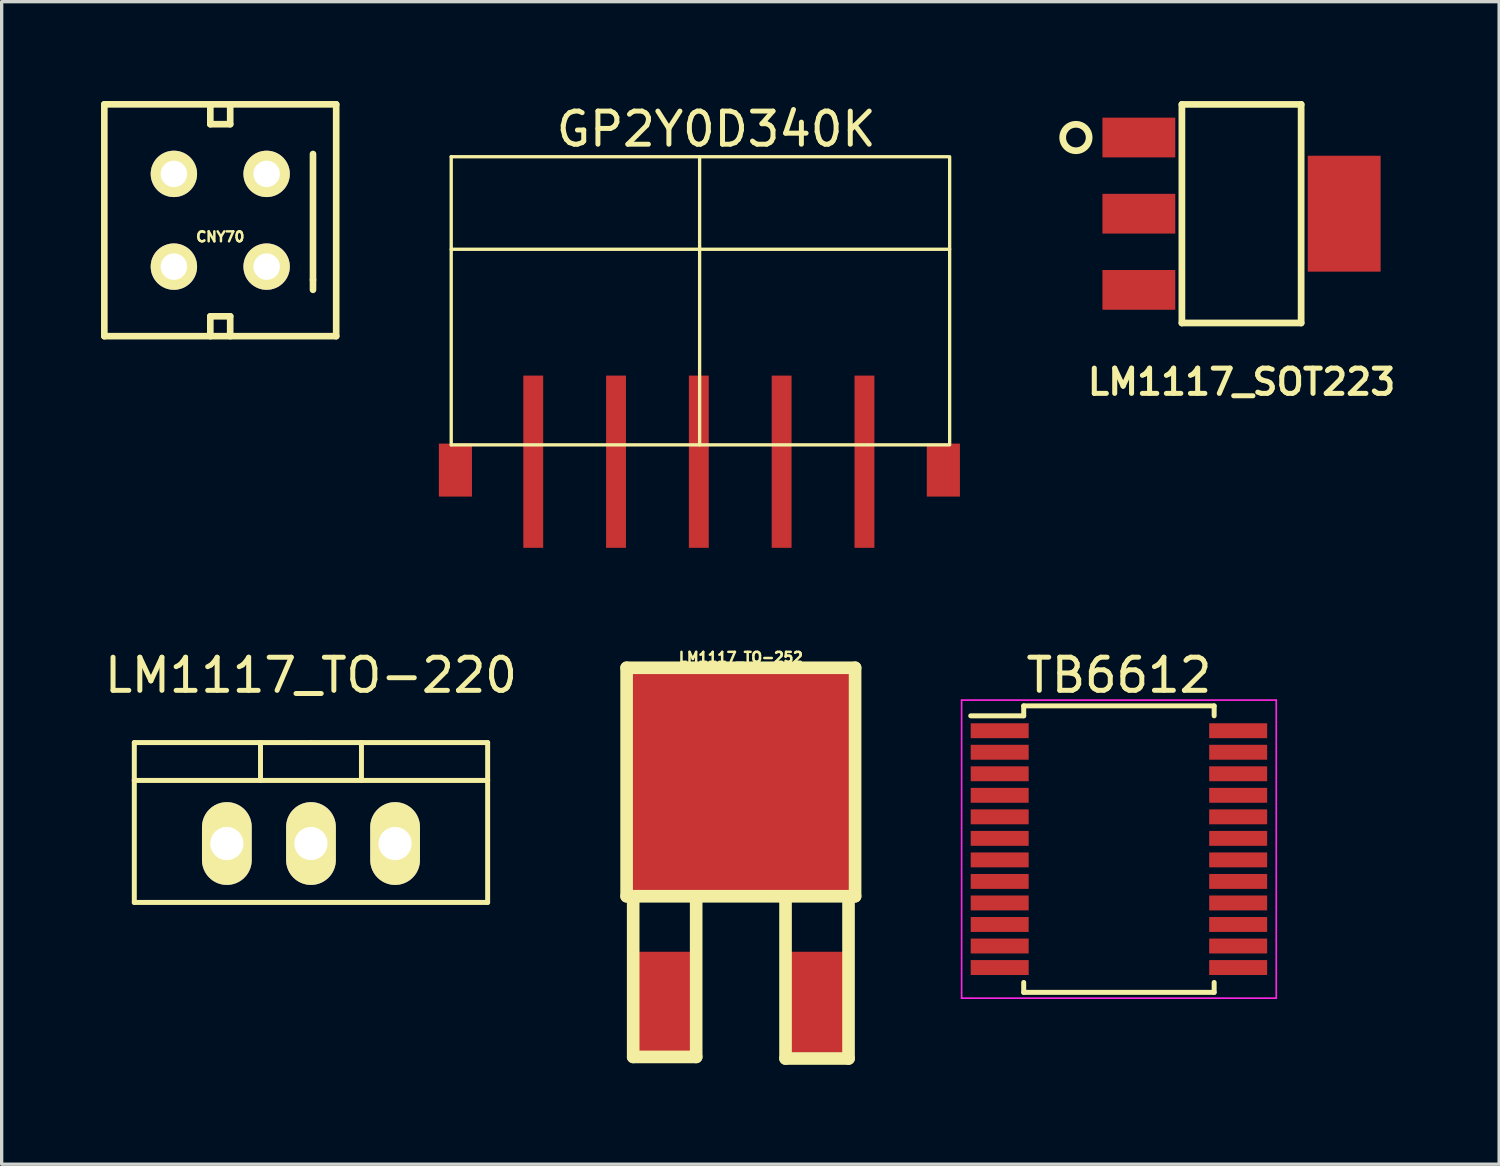
<source format=kicad_pcb>
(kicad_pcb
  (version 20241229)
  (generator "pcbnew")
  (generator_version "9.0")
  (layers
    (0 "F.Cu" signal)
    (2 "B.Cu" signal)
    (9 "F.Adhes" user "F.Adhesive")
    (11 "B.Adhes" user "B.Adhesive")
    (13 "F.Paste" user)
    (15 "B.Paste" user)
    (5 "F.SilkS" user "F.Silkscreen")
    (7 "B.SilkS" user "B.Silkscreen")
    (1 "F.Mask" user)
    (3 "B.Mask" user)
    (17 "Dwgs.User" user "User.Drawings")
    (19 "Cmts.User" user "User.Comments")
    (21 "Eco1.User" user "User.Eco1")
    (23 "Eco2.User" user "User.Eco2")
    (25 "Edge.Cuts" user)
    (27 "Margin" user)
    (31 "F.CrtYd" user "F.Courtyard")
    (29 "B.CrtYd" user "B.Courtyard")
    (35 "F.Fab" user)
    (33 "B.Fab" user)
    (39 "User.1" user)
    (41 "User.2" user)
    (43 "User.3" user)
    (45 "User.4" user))
  (footprint "LM1117_SOT223"
    (layer "F.Cu")
    (at 34.434 3.402)
    (property "Reference" "LM1117_SOT223" (at 0 5.08 0) (layer "F.SilkS") (effects (font (size 0.762 0.762) (thickness 0.152))))
    (attr smd)
    (fp_line (start -1.8 -3.3) (end 1.8 -3.3) (stroke (width 0.203) (type solid)) (layer "F.SilkS"))
    (fp_line (start -1.8 3.3) (end -1.8 -3.3) (stroke (width 0.203) (type solid)) (layer "F.SilkS"))
    (fp_line (start 1.8 -3.3) (end 1.8 3.3) (stroke (width 0.203) (type solid)) (layer "F.SilkS"))
    (fp_line (start 1.8 3.3) (end -1.8 3.3) (stroke (width 0.203) (type solid)) (layer "F.SilkS"))
    (fp_circle (center -5 -2.3) (end -4.6 -2.3) (stroke (width 0.203) (type solid)) (fill no) (layer "F.SilkS"))
    (pad "1" smd rect (at -3.1 2.3) (size 2.2 1.2) (layers "F.Cu" "F.Mask" "F.Paste"))
    (pad "2" smd rect (at -3.1 0) (size 2.2 1.2) (layers "F.Cu" "F.Mask" "F.Paste"))
    (pad "2" smd rect (at 3.1 0) (size 2.2 3.5) (layers "F.Cu" "F.Mask" "F.Paste"))
    (pad "3" smd rect (at -3.1 -2.3) (size 2.2 1.2) (layers "F.Cu" "F.Mask" "F.Paste")))
  (footprint "GP2Y0D340K"
    (layer "F.Cu")
    (at 18.066 5.746)
    (property "Reference" "GP2Y0D340K" (at 0.508 -4.897 0) (layer "F.SilkS") (effects (font (size 1 1) (thickness 0.15))))
    (attr through_hole)
    (fp_line (start -7.493 -4.064) (end -7.493 4.636) (stroke (width 0.1) (type solid)) (layer "F.SilkS"))
    (fp_line (start -7.493 -4.064) (end 7.507 -4.064) (stroke (width 0.1) (type solid)) (layer "F.SilkS"))
    (fp_line (start -7.493 -1.27) (end 7.556 -1.27) (stroke (width 0.1) (type solid)) (layer "F.SilkS"))
    (fp_line (start -7.493 4.636) (end 7.507 4.636) (stroke (width 0.1) (type solid)) (layer "F.SilkS"))
    (fp_line (start 0.007 -4.064) (end 0.007 4.636) (stroke (width 0.1) (type solid)) (layer "F.SilkS"))
    (fp_line (start 7.556 4.636) (end 7.556 -4.064) (stroke (width 0.1) (type solid)) (layer "F.SilkS"))
    (pad "1" smd rect (at 4.984 5.144) (size 0.6 5.2) (layers "F.Cu" "F.Mask" "F.Paste"))
    (pad "2" smd rect (at 2.483 5.144) (size 0.6 5.2) (layers "F.Cu" "F.Mask" "F.Paste"))
    (pad "3" smd rect (at -0.017 5.144) (size 0.6 5.2) (layers "F.Cu" "F.Mask" "F.Paste"))
    (pad "4" smd rect (at -2.517 5.144) (size 0.6 5.2) (layers "F.Cu" "F.Mask" "F.Paste"))
    (pad "5" smd rect (at -5.016 5.144) (size 0.6 5.2) (layers "F.Cu" "F.Mask" "F.Paste"))
    (pad "6" smd rect (at -7.366 5.397) (size 1 1.6) (layers "F.Cu" "F.Mask" "F.Paste"))
    (pad "6" smd rect (at 7.366 5.397) (size 1 1.6) (layers "F.Cu" "F.Mask" "F.Paste")))
  (footprint "TB6612"
    (layer "F.Cu")
    (at 30.733 22.587)
    (property "Reference" "TB6612" (at 0 -5.25 0) (layer "F.SilkS") (effects (font (size 1 1) (thickness 0.15))))
    (attr smd)
    (fp_line (start -2.875 -4.325) (end -2.875 -4.025) (stroke (width 0.15) (type solid)) (layer "F.SilkS"))
    (fp_line (start -2.875 -4.325) (end 2.875 -4.325) (stroke (width 0.15) (type solid)) (layer "F.SilkS"))
    (fp_line (start -2.875 -4.025) (end -4.475 -4.025) (stroke (width 0.15) (type solid)) (layer "F.SilkS"))
    (fp_line (start -2.875 4.325) (end -2.875 4.025) (stroke (width 0.15) (type solid)) (layer "F.SilkS"))
    (fp_line (start -2.875 4.325) (end 2.875 4.325) (stroke (width 0.15) (type solid)) (layer "F.SilkS"))
    (fp_line (start 2.875 -4.325) (end 2.875 -4.025) (stroke (width 0.15) (type solid)) (layer "F.SilkS"))
    (fp_line (start 2.875 4.325) (end 2.875 4.025) (stroke (width 0.15) (type solid)) (layer "F.SilkS"))
    (fp_line (start -4.75 -4.5) (end -4.75 4.5) (stroke (width 0.05) (type solid)) (layer "F.CrtYd"))
    (fp_line (start -4.75 -4.5) (end 4.75 -4.5) (stroke (width 0.05) (type solid)) (layer "F.CrtYd"))
    (fp_line (start -4.75 4.5) (end 4.75 4.5) (stroke (width 0.05) (type solid)) (layer "F.CrtYd"))
    (fp_line (start 4.75 -4.5) (end 4.75 4.5) (stroke (width 0.05) (type solid)) (layer "F.CrtYd"))
    (pad "1" smd rect (at -3.6 -3.575) (size 1.75 0.45) (layers "F.Cu" "F.Mask" "F.Paste"))
    (pad "2" smd rect (at -3.6 -2.925) (size 1.75 0.45) (layers "F.Cu" "F.Mask" "F.Paste"))
    (pad "3" smd rect (at -3.6 -2.275) (size 1.75 0.45) (layers "F.Cu" "F.Mask" "F.Paste"))
    (pad "4" smd rect (at -3.6 -1.625) (size 1.75 0.45) (layers "F.Cu" "F.Mask" "F.Paste"))
    (pad "5" smd rect (at -3.6 -0.975) (size 1.75 0.45) (layers "F.Cu" "F.Mask" "F.Paste"))
    (pad "6" smd rect (at -3.6 -0.325) (size 1.75 0.45) (layers "F.Cu" "F.Mask" "F.Paste"))
    (pad "7" smd rect (at -3.6 0.325) (size 1.75 0.45) (layers "F.Cu" "F.Mask" "F.Paste"))
    (pad "8" smd rect (at -3.6 0.975) (size 1.75 0.45) (layers "F.Cu" "F.Mask" "F.Paste"))
    (pad "9" smd rect (at -3.6 1.625) (size 1.75 0.45) (layers "F.Cu" "F.Mask" "F.Paste"))
    (pad "10" smd rect (at -3.6 2.275) (size 1.75 0.45) (layers "F.Cu" "F.Mask" "F.Paste"))
    (pad "11" smd rect (at -3.6 2.925) (size 1.75 0.45) (layers "F.Cu" "F.Mask" "F.Paste"))
    (pad "12" smd rect (at -3.6 3.575) (size 1.75 0.45) (layers "F.Cu" "F.Mask" "F.Paste"))
    (pad "13" smd rect (at 3.6 3.575) (size 1.75 0.45) (layers "F.Cu" "F.Mask" "F.Paste"))
    (pad "14" smd rect (at 3.6 2.925) (size 1.75 0.45) (layers "F.Cu" "F.Mask" "F.Paste"))
    (pad "15" smd rect (at 3.6 2.275) (size 1.75 0.45) (layers "F.Cu" "F.Mask" "F.Paste"))
    (pad "16" smd rect (at 3.6 1.625) (size 1.75 0.45) (layers "F.Cu" "F.Mask" "F.Paste"))
    (pad "17" smd rect (at 3.6 0.975) (size 1.75 0.45) (layers "F.Cu" "F.Mask" "F.Paste"))
    (pad "18" smd rect (at 3.6 0.325) (size 1.75 0.45) (layers "F.Cu" "F.Mask" "F.Paste"))
    (pad "19" smd rect (at 3.6 -0.325) (size 1.75 0.45) (layers "F.Cu" "F.Mask" "F.Paste"))
    (pad "20" smd rect (at 3.6 -0.975) (size 1.75 0.45) (layers "F.Cu" "F.Mask" "F.Paste"))
    (pad "21" smd rect (at 3.6 -1.625) (size 1.75 0.45) (layers "F.Cu" "F.Mask" "F.Paste"))
    (pad "22" smd rect (at 3.6 -2.275) (size 1.75 0.45) (layers "F.Cu" "F.Mask" "F.Paste"))
    (pad "23" smd rect (at 3.6 -2.925) (size 1.75 0.45) (layers "F.Cu" "F.Mask" "F.Paste"))
    (pad "24" smd rect (at 3.6 -3.575) (size 1.75 0.45) (layers "F.Cu" "F.Mask" "F.Paste")))
  (footprint "CNY70"
    (layer "F.Cu")
    (at 3.6 3.6)
    (property "Reference" "CNY70" (at 0 0.5 0) (layer "F.SilkS") (effects (font (size 0.3 0.3) (thickness 0.075))))
    (attr through_hole)
    (fp_line (start -3.5 -3.5) (end 3.5 -3.5) (stroke (width 0.2) (type solid)) (layer "F.SilkS"))
    (fp_line (start -3.5 3.5) (end -3.5 -3.5) (stroke (width 0.2) (type solid)) (layer "F.SilkS"))
    (fp_line (start -0.3 -3.5) (end -0.3 -2.9) (stroke (width 0.2) (type solid)) (layer "F.SilkS"))
    (fp_line (start -0.3 -2.9) (end 0.3 -2.9) (stroke (width 0.2) (type solid)) (layer "F.SilkS"))
    (fp_line (start -0.3 2.9) (end 0.3 2.9) (stroke (width 0.2) (type solid)) (layer "F.SilkS"))
    (fp_line (start -0.3 3.5) (end -0.3 2.9) (stroke (width 0.2) (type solid)) (layer "F.SilkS"))
    (fp_line (start 0.3 -2.9) (end 0.3 -3.5) (stroke (width 0.2) (type solid)) (layer "F.SilkS"))
    (fp_line (start 0.3 2.9) (end 0.3 3.5) (stroke (width 0.2) (type solid)) (layer "F.SilkS"))
    (fp_line (start 2.8 -2) (end 2.8 1.8) (stroke (width 0.2) (type solid)) (layer "F.SilkS"))
    (fp_line (start 2.8 1.8) (end 2.8 2.1) (stroke (width 0.2) (type solid)) (layer "F.SilkS"))
    (fp_line (start 3.5 -3.5) (end 3.5 3.5) (stroke (width 0.2) (type solid)) (layer "F.SilkS"))
    (fp_line (start 3.5 3.5) (end -3.5 3.5) (stroke (width 0.2) (type solid)) (layer "F.SilkS"))
    (pad "1" thru_hole circle (at -1.4 -1.4) (size 1.4 1.4) (drill 0.8) (layers "*.Cu" "*.Mask" "F.SilkS"))
    (pad "2" thru_hole circle (at -1.4 1.4) (size 1.4 1.4) (drill 0.8) (layers "*.Cu" "*.Mask" "F.SilkS"))
    (pad "3" thru_hole circle (at 1.4 -1.4) (size 1.4 1.4) (drill 0.8) (layers "*.Cu" "*.Mask" "F.SilkS"))
    (pad "4" thru_hole circle (at 1.4 1.4) (size 1.4 1.4) (drill 0.8) (layers "*.Cu" "*.Mask" "F.SilkS")))
  (footprint "LM1117_TO-252"
    (layer "F.Cu")
    (at 19.318 27.21)
    (property "Reference" "LM1117_TO-252" (at 0 -10.414 0) (layer "F.SilkS") (effects (font (size 0.3 0.3) (thickness 0.076))))
    (attr smd)
    (fp_line (start -3.449 -10.099) (end 3.449 -10.099) (stroke (width 0.381) (type solid)) (layer "F.SilkS"))
    (fp_line (start -3.449 -3.2) (end -3.449 -10.099) (stroke (width 0.381) (type solid)) (layer "F.SilkS"))
    (fp_line (start -3.251 1.651) (end -3.251 -3.2) (stroke (width 0.381) (type solid)) (layer "F.SilkS"))
    (fp_line (start -3.251 1.651) (end -1.349 1.651) (stroke (width 0.381) (type solid)) (layer "F.SilkS"))
    (fp_line (start -1.349 1.651) (end -1.349 -3.2) (stroke (width 0.381) (type solid)) (layer "F.SilkS"))
    (fp_line (start 1.349 1.699) (end 1.349 -3.2) (stroke (width 0.381) (type solid)) (layer "F.SilkS"))
    (fp_line (start 1.349 1.699) (end 3.251 1.699) (stroke (width 0.381) (type solid)) (layer "F.SilkS"))
    (fp_line (start 3.251 1.699) (end 3.251 -3.2) (stroke (width 0.381) (type solid)) (layer "F.SilkS"))
    (fp_line (start 3.449 -10.099) (end 3.449 -3.2) (stroke (width 0.381) (type solid)) (layer "F.SilkS"))
    (fp_line (start 3.449 -3.2) (end -3.449 -3.2) (stroke (width 0.381) (type solid)) (layer "F.SilkS"))
    (pad "1" smd rect (at 2.301 0) (size 1.651 3.048) (layers "F.Cu" "F.Mask" "F.Paste"))
    (pad "2" smd rect (at 0 -6.65) (size 6.701 6.701) (layers "F.Cu" "F.Mask" "F.Paste"))
    (pad "3" smd rect (at -2.301 0) (size 1.651 3.048) (layers "F.Cu" "F.Mask" "F.Paste")))
  (footprint "LM1117_TO-220"
    (layer "F.Cu")
    (at 6.339 22.418)
    (property "Reference" "LM1117_TO-220" (at 0 -5.08 0) (layer "F.SilkS") (effects (font (size 1 1) (thickness 0.15))))
    (attr through_hole)
    (fp_line (start -5.334 -1.905) (end -5.334 -3.048) (stroke (width 0.15) (type solid)) (layer "F.SilkS"))
    (fp_line (start -5.334 1.778) (end -5.334 -1.905) (stroke (width 0.15) (type solid)) (layer "F.SilkS"))
    (fp_line (start -1.524 -3.048) (end -1.524 -1.905) (stroke (width 0.15) (type solid)) (layer "F.SilkS"))
    (fp_line (start 0 -3.048) (end -5.334 -3.048) (stroke (width 0.15) (type solid)) (layer "F.SilkS"))
    (fp_line (start 0 -3.048) (end 5.334 -3.048) (stroke (width 0.15) (type solid)) (layer "F.SilkS"))
    (fp_line (start 1.524 -3.048) (end 1.524 -1.905) (stroke (width 0.15) (type solid)) (layer "F.SilkS"))
    (fp_line (start 5.334 -3.048) (end 5.334 -1.905) (stroke (width 0.15) (type solid)) (layer "F.SilkS"))
    (fp_line (start 5.334 -1.905) (end -5.334 -1.905) (stroke (width 0.15) (type solid)) (layer "F.SilkS"))
    (fp_line (start 5.334 -1.905) (end 5.334 1.778) (stroke (width 0.15) (type solid)) (layer "F.SilkS"))
    (fp_line (start 5.334 1.778) (end -5.334 1.778) (stroke (width 0.15) (type solid)) (layer "F.SilkS"))
    (pad "1" thru_hole oval (at 2.54 0 90) (size 2.499 1.501) (drill 1.001) (layers "*.Cu" "*.Mask" "F.SilkS"))
    (pad "2" thru_hole oval (at 0 0 90) (size 2.499 1.501) (drill 1.001) (layers "*.Cu" "*.Mask" "F.SilkS"))
    (pad "3" thru_hole oval (at -2.54 0 90) (size 2.499 1.501) (drill 1.001) (layers "*.Cu" "*.Mask" "F.SilkS")))
  (gr_rect
    (start -3 -3)
    (end 42.212 32.1)
    (stroke (width 0.1) (type default))
    (fill no)
    (layer "Edge.Cuts")))
</source>
